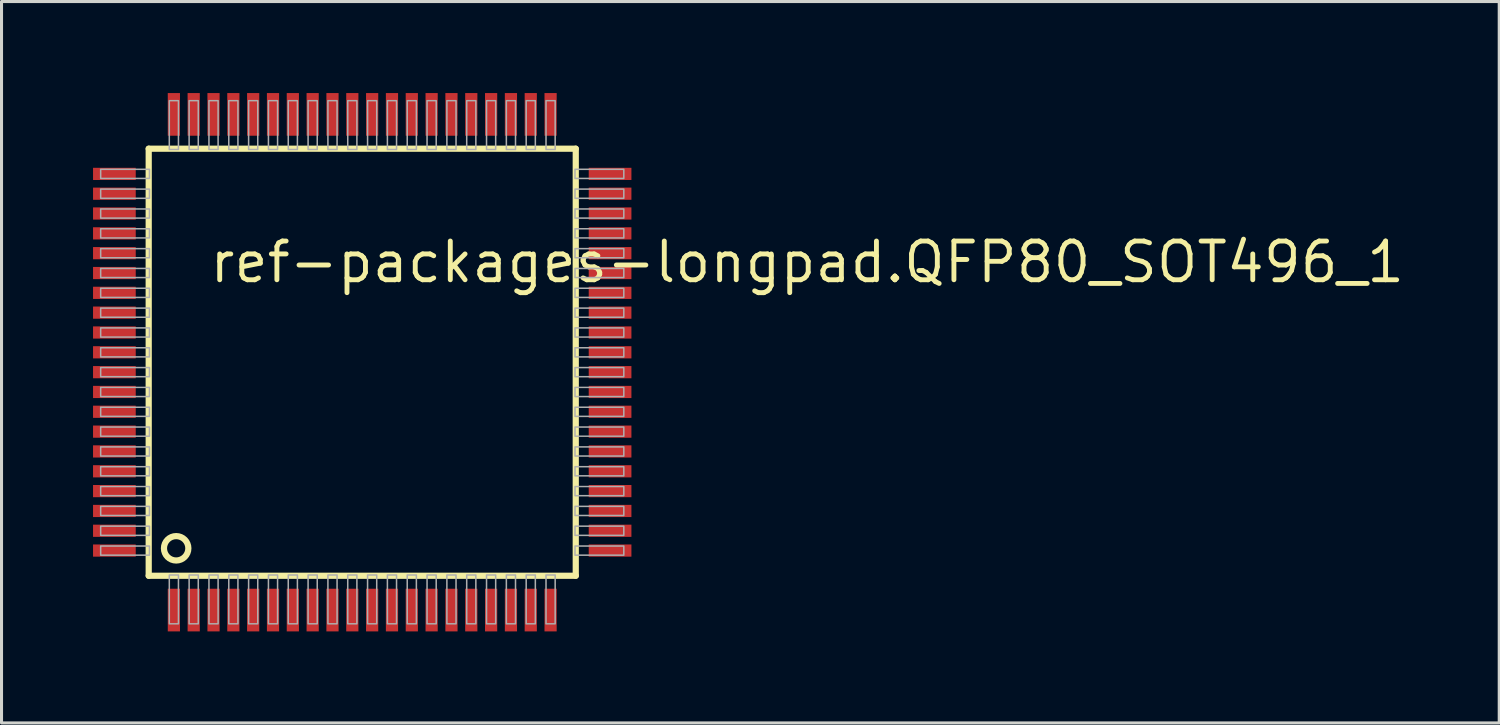
<source format=kicad_pcb>
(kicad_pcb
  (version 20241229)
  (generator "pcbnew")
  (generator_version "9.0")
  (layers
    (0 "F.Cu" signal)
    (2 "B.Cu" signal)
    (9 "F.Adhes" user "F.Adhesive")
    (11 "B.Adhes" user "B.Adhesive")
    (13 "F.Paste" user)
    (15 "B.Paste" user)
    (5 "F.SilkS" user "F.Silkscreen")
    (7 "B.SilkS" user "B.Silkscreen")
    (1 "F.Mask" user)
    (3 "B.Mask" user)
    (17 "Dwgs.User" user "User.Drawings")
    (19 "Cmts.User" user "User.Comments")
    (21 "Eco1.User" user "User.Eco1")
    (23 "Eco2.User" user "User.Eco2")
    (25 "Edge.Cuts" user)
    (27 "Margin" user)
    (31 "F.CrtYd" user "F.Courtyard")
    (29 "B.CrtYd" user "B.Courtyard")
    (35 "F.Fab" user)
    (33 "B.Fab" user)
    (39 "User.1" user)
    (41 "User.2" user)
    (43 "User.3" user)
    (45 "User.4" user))
  (footprint "ref-packages-longpad.QFP80_SOT496_1"
    (layer "F.Cu")
    (at 8.825 8.825)
    (property "Reference" "ref-packages-longpad.QFP80_SOT496_1" (at -5.08 -2.54 0) (layer "F.SilkS") (effects (font (size 1.27 1.27) (thickness 0.16)) (justify left bottom)))
    (attr smd)
    (fp_line (start -7 -7) (end 7 -7) (stroke (width 0.203) (type default)) (layer "F.SilkS"))
    (fp_line (start -7 7) (end -7 -7) (stroke (width 0.203) (type default)) (layer "F.SilkS"))
    (fp_line (start 7 -7) (end 7 7) (stroke (width 0.203) (type default)) (layer "F.SilkS"))
    (fp_line (start 7 7) (end -7 7) (stroke (width 0.203) (type default)) (layer "F.SilkS"))
    (fp_circle (center -6.1 6.1) (end -5.7 6.1) (stroke (width 0.203) (type default)) (fill no) (layer "F.SilkS"))
    (fp_rect (start -8.575 -6.025) (end -6.975 -6.325) (stroke (width 0.05) (type default)) (fill no) (layer "F.Fab"))
    (fp_rect (start -8.575 -5.375) (end -6.975 -5.675) (stroke (width 0.05) (type default)) (fill no) (layer "F.Fab"))
    (fp_rect (start -8.575 -4.725) (end -6.975 -5.025) (stroke (width 0.05) (type default)) (fill no) (layer "F.Fab"))
    (fp_rect (start -8.575 -4.075) (end -6.975 -4.375) (stroke (width 0.05) (type default)) (fill no) (layer "F.Fab"))
    (fp_rect (start -8.575 -3.425) (end -6.975 -3.725) (stroke (width 0.05) (type default)) (fill no) (layer "F.Fab"))
    (fp_rect (start -8.575 -2.775) (end -6.975 -3.075) (stroke (width 0.05) (type default)) (fill no) (layer "F.Fab"))
    (fp_rect (start -8.575 -2.125) (end -6.975 -2.425) (stroke (width 0.05) (type default)) (fill no) (layer "F.Fab"))
    (fp_rect (start -8.575 -1.475) (end -6.975 -1.775) (stroke (width 0.05) (type default)) (fill no) (layer "F.Fab"))
    (fp_rect (start -8.575 -0.825) (end -6.975 -1.125) (stroke (width 0.05) (type default)) (fill no) (layer "F.Fab"))
    (fp_rect (start -8.575 -0.175) (end -6.975 -0.475) (stroke (width 0.05) (type default)) (fill no) (layer "F.Fab"))
    (fp_rect (start -8.575 0.475) (end -6.975 0.175) (stroke (width 0.05) (type default)) (fill no) (layer "F.Fab"))
    (fp_rect (start -8.575 1.125) (end -6.975 0.825) (stroke (width 0.05) (type default)) (fill no) (layer "F.Fab"))
    (fp_rect (start -8.575 1.775) (end -6.975 1.475) (stroke (width 0.05) (type default)) (fill no) (layer "F.Fab"))
    (fp_rect (start -8.575 2.425) (end -6.975 2.125) (stroke (width 0.05) (type default)) (fill no) (layer "F.Fab"))
    (fp_rect (start -8.575 3.075) (end -6.975 2.775) (stroke (width 0.05) (type default)) (fill no) (layer "F.Fab"))
    (fp_rect (start -8.575 3.725) (end -6.975 3.425) (stroke (width 0.05) (type default)) (fill no) (layer "F.Fab"))
    (fp_rect (start -8.575 4.375) (end -6.975 4.075) (stroke (width 0.05) (type default)) (fill no) (layer "F.Fab"))
    (fp_rect (start -8.575 5.025) (end -6.975 4.725) (stroke (width 0.05) (type default)) (fill no) (layer "F.Fab"))
    (fp_rect (start -8.575 5.675) (end -6.975 5.375) (stroke (width 0.05) (type default)) (fill no) (layer "F.Fab"))
    (fp_rect (start -8.575 6.325) (end -6.975 6.025) (stroke (width 0.05) (type default)) (fill no) (layer "F.Fab"))
    (fp_rect (start -6.325 -6.975) (end -6.025 -8.575) (stroke (width 0.05) (type default)) (fill no) (layer "F.Fab"))
    (fp_rect (start -6.325 8.575) (end -6.025 6.975) (stroke (width 0.05) (type default)) (fill no) (layer "F.Fab"))
    (fp_rect (start -5.675 -6.975) (end -5.375 -8.575) (stroke (width 0.05) (type default)) (fill no) (layer "F.Fab"))
    (fp_rect (start -5.675 8.575) (end -5.375 6.975) (stroke (width 0.05) (type default)) (fill no) (layer "F.Fab"))
    (fp_rect (start -5.025 -6.975) (end -4.725 -8.575) (stroke (width 0.05) (type default)) (fill no) (layer "F.Fab"))
    (fp_rect (start -5.025 8.575) (end -4.725 6.975) (stroke (width 0.05) (type default)) (fill no) (layer "F.Fab"))
    (fp_rect (start -4.375 -6.975) (end -4.075 -8.575) (stroke (width 0.05) (type default)) (fill no) (layer "F.Fab"))
    (fp_rect (start -4.375 8.575) (end -4.075 6.975) (stroke (width 0.05) (type default)) (fill no) (layer "F.Fab"))
    (fp_rect (start -3.725 -6.975) (end -3.425 -8.575) (stroke (width 0.05) (type default)) (fill no) (layer "F.Fab"))
    (fp_rect (start -3.725 8.575) (end -3.425 6.975) (stroke (width 0.05) (type default)) (fill no) (layer "F.Fab"))
    (fp_rect (start -3.075 -6.975) (end -2.775 -8.575) (stroke (width 0.05) (type default)) (fill no) (layer "F.Fab"))
    (fp_rect (start -3.075 8.575) (end -2.775 6.975) (stroke (width 0.05) (type default)) (fill no) (layer "F.Fab"))
    (fp_rect (start -2.425 -6.975) (end -2.125 -8.575) (stroke (width 0.05) (type default)) (fill no) (layer "F.Fab"))
    (fp_rect (start -2.425 8.575) (end -2.125 6.975) (stroke (width 0.05) (type default)) (fill no) (layer "F.Fab"))
    (fp_rect (start -1.775 -6.975) (end -1.475 -8.575) (stroke (width 0.05) (type default)) (fill no) (layer "F.Fab"))
    (fp_rect (start -1.775 8.575) (end -1.475 6.975) (stroke (width 0.05) (type default)) (fill no) (layer "F.Fab"))
    (fp_rect (start -1.125 -6.975) (end -0.825 -8.575) (stroke (width 0.05) (type default)) (fill no) (layer "F.Fab"))
    (fp_rect (start -1.125 8.575) (end -0.825 6.975) (stroke (width 0.05) (type default)) (fill no) (layer "F.Fab"))
    (fp_rect (start -0.475 -6.975) (end -0.175 -8.575) (stroke (width 0.05) (type default)) (fill no) (layer "F.Fab"))
    (fp_rect (start -0.475 8.575) (end -0.175 6.975) (stroke (width 0.05) (type default)) (fill no) (layer "F.Fab"))
    (fp_rect (start 0.175 -6.975) (end 0.475 -8.575) (stroke (width 0.05) (type default)) (fill no) (layer "F.Fab"))
    (fp_rect (start 0.175 8.575) (end 0.475 6.975) (stroke (width 0.05) (type default)) (fill no) (layer "F.Fab"))
    (fp_rect (start 0.825 -6.975) (end 1.125 -8.575) (stroke (width 0.05) (type default)) (fill no) (layer "F.Fab"))
    (fp_rect (start 0.825 8.575) (end 1.125 6.975) (stroke (width 0.05) (type default)) (fill no) (layer "F.Fab"))
    (fp_rect (start 1.475 -6.975) (end 1.775 -8.575) (stroke (width 0.05) (type default)) (fill no) (layer "F.Fab"))
    (fp_rect (start 1.475 8.575) (end 1.775 6.975) (stroke (width 0.05) (type default)) (fill no) (layer "F.Fab"))
    (fp_rect (start 2.125 -6.975) (end 2.425 -8.575) (stroke (width 0.05) (type default)) (fill no) (layer "F.Fab"))
    (fp_rect (start 2.125 8.575) (end 2.425 6.975) (stroke (width 0.05) (type default)) (fill no) (layer "F.Fab"))
    (fp_rect (start 2.775 -6.975) (end 3.075 -8.575) (stroke (width 0.05) (type default)) (fill no) (layer "F.Fab"))
    (fp_rect (start 2.775 8.575) (end 3.075 6.975) (stroke (width 0.05) (type default)) (fill no) (layer "F.Fab"))
    (fp_rect (start 3.425 -6.975) (end 3.725 -8.575) (stroke (width 0.05) (type default)) (fill no) (layer "F.Fab"))
    (fp_rect (start 3.425 8.575) (end 3.725 6.975) (stroke (width 0.05) (type default)) (fill no) (layer "F.Fab"))
    (fp_rect (start 4.075 -6.975) (end 4.375 -8.575) (stroke (width 0.05) (type default)) (fill no) (layer "F.Fab"))
    (fp_rect (start 4.075 8.575) (end 4.375 6.975) (stroke (width 0.05) (type default)) (fill no) (layer "F.Fab"))
    (fp_rect (start 4.725 -6.975) (end 5.025 -8.575) (stroke (width 0.05) (type default)) (fill no) (layer "F.Fab"))
    (fp_rect (start 4.725 8.575) (end 5.025 6.975) (stroke (width 0.05) (type default)) (fill no) (layer "F.Fab"))
    (fp_rect (start 5.375 -6.975) (end 5.675 -8.575) (stroke (width 0.05) (type default)) (fill no) (layer "F.Fab"))
    (fp_rect (start 5.375 8.575) (end 5.675 6.975) (stroke (width 0.05) (type default)) (fill no) (layer "F.Fab"))
    (fp_rect (start 6.025 -6.975) (end 6.325 -8.575) (stroke (width 0.05) (type default)) (fill no) (layer "F.Fab"))
    (fp_rect (start 6.025 8.575) (end 6.325 6.975) (stroke (width 0.05) (type default)) (fill no) (layer "F.Fab"))
    (fp_rect (start 6.975 -6.025) (end 8.575 -6.325) (stroke (width 0.05) (type default)) (fill no) (layer "F.Fab"))
    (fp_rect (start 6.975 -5.375) (end 8.575 -5.675) (stroke (width 0.05) (type default)) (fill no) (layer "F.Fab"))
    (fp_rect (start 6.975 -4.725) (end 8.575 -5.025) (stroke (width 0.05) (type default)) (fill no) (layer "F.Fab"))
    (fp_rect (start 6.975 -4.075) (end 8.575 -4.375) (stroke (width 0.05) (type default)) (fill no) (layer "F.Fab"))
    (fp_rect (start 6.975 -3.425) (end 8.575 -3.725) (stroke (width 0.05) (type default)) (fill no) (layer "F.Fab"))
    (fp_rect (start 6.975 -2.775) (end 8.575 -3.075) (stroke (width 0.05) (type default)) (fill no) (layer "F.Fab"))
    (fp_rect (start 6.975 -2.125) (end 8.575 -2.425) (stroke (width 0.05) (type default)) (fill no) (layer "F.Fab"))
    (fp_rect (start 6.975 -1.475) (end 8.575 -1.775) (stroke (width 0.05) (type default)) (fill no) (layer "F.Fab"))
    (fp_rect (start 6.975 -0.825) (end 8.575 -1.125) (stroke (width 0.05) (type default)) (fill no) (layer "F.Fab"))
    (fp_rect (start 6.975 -0.175) (end 8.575 -0.475) (stroke (width 0.05) (type default)) (fill no) (layer "F.Fab"))
    (fp_rect (start 6.975 0.475) (end 8.575 0.175) (stroke (width 0.05) (type default)) (fill no) (layer "F.Fab"))
    (fp_rect (start 6.975 1.125) (end 8.575 0.825) (stroke (width 0.05) (type default)) (fill no) (layer "F.Fab"))
    (fp_rect (start 6.975 1.775) (end 8.575 1.475) (stroke (width 0.05) (type default)) (fill no) (layer "F.Fab"))
    (fp_rect (start 6.975 2.425) (end 8.575 2.125) (stroke (width 0.05) (type default)) (fill no) (layer "F.Fab"))
    (fp_rect (start 6.975 3.075) (end 8.575 2.775) (stroke (width 0.05) (type default)) (fill no) (layer "F.Fab"))
    (fp_rect (start 6.975 3.725) (end 8.575 3.425) (stroke (width 0.05) (type default)) (fill no) (layer "F.Fab"))
    (fp_rect (start 6.975 4.375) (end 8.575 4.075) (stroke (width 0.05) (type default)) (fill no) (layer "F.Fab"))
    (fp_rect (start 6.975 5.025) (end 8.575 4.725) (stroke (width 0.05) (type default)) (fill no) (layer "F.Fab"))
    (fp_rect (start 6.975 5.675) (end 8.575 5.375) (stroke (width 0.05) (type default)) (fill no) (layer "F.Fab"))
    (fp_rect (start 6.975 6.325) (end 8.575 6.025) (stroke (width 0.05) (type default)) (fill no) (layer "F.Fab"))
    (pad "1" smd roundrect (at -6.175 8.125) (size 0.4 1.4) (layers "F.Cu" "F.Mask" "F.Paste") (roundrect_rratio 0.01))
    (pad "2" smd roundrect (at -5.525 8.125) (size 0.4 1.4) (layers "F.Cu" "F.Mask" "F.Paste") (roundrect_rratio 0.01))
    (pad "3" smd roundrect (at -4.875 8.125) (size 0.4 1.4) (layers "F.Cu" "F.Mask" "F.Paste") (roundrect_rratio 0.01))
    (pad "4" smd roundrect (at -4.225 8.125) (size 0.4 1.4) (layers "F.Cu" "F.Mask" "F.Paste") (roundrect_rratio 0.01))
    (pad "5" smd roundrect (at -3.575 8.125) (size 0.4 1.4) (layers "F.Cu" "F.Mask" "F.Paste") (roundrect_rratio 0.01))
    (pad "6" smd roundrect (at -2.925 8.125) (size 0.4 1.4) (layers "F.Cu" "F.Mask" "F.Paste") (roundrect_rratio 0.01))
    (pad "7" smd roundrect (at -2.275 8.125) (size 0.4 1.4) (layers "F.Cu" "F.Mask" "F.Paste") (roundrect_rratio 0.01))
    (pad "8" smd roundrect (at -1.625 8.125) (size 0.4 1.4) (layers "F.Cu" "F.Mask" "F.Paste") (roundrect_rratio 0.01))
    (pad "9" smd roundrect (at -0.975 8.125) (size 0.4 1.4) (layers "F.Cu" "F.Mask" "F.Paste") (roundrect_rratio 0.01))
    (pad "10" smd roundrect (at -0.325 8.125) (size 0.4 1.4) (layers "F.Cu" "F.Mask" "F.Paste") (roundrect_rratio 0.01))
    (pad "11" smd roundrect (at 0.325 8.125) (size 0.4 1.4) (layers "F.Cu" "F.Mask" "F.Paste") (roundrect_rratio 0.01))
    (pad "12" smd roundrect (at 0.975 8.125) (size 0.4 1.4) (layers "F.Cu" "F.Mask" "F.Paste") (roundrect_rratio 0.01))
    (pad "13" smd roundrect (at 1.625 8.125) (size 0.4 1.4) (layers "F.Cu" "F.Mask" "F.Paste") (roundrect_rratio 0.01))
    (pad "14" smd roundrect (at 2.275 8.125) (size 0.4 1.4) (layers "F.Cu" "F.Mask" "F.Paste") (roundrect_rratio 0.01))
    (pad "15" smd roundrect (at 2.925 8.125) (size 0.4 1.4) (layers "F.Cu" "F.Mask" "F.Paste") (roundrect_rratio 0.01))
    (pad "16" smd roundrect (at 3.575 8.125) (size 0.4 1.4) (layers "F.Cu" "F.Mask" "F.Paste") (roundrect_rratio 0.01))
    (pad "17" smd roundrect (at 4.225 8.125) (size 0.4 1.4) (layers "F.Cu" "F.Mask" "F.Paste") (roundrect_rratio 0.01))
    (pad "18" smd roundrect (at 4.875 8.125) (size 0.4 1.4) (layers "F.Cu" "F.Mask" "F.Paste") (roundrect_rratio 0.01))
    (pad "19" smd roundrect (at 5.525 8.125) (size 0.4 1.4) (layers "F.Cu" "F.Mask" "F.Paste") (roundrect_rratio 0.01))
    (pad "20" smd roundrect (at 6.175 8.125) (size 0.4 1.4) (layers "F.Cu" "F.Mask" "F.Paste") (roundrect_rratio 0.01))
    (pad "21" smd roundrect (at 8.125 6.175) (size 1.4 0.4) (layers "F.Cu" "F.Mask" "F.Paste") (roundrect_rratio 0.01))
    (pad "22" smd roundrect (at 8.125 5.525) (size 1.4 0.4) (layers "F.Cu" "F.Mask" "F.Paste") (roundrect_rratio 0.01))
    (pad "23" smd roundrect (at 8.125 4.875) (size 1.4 0.4) (layers "F.Cu" "F.Mask" "F.Paste") (roundrect_rratio 0.01))
    (pad "24" smd roundrect (at 8.125 4.225) (size 1.4 0.4) (layers "F.Cu" "F.Mask" "F.Paste") (roundrect_rratio 0.01))
    (pad "25" smd roundrect (at 8.125 3.575) (size 1.4 0.4) (layers "F.Cu" "F.Mask" "F.Paste") (roundrect_rratio 0.01))
    (pad "26" smd roundrect (at 8.125 2.925) (size 1.4 0.4) (layers "F.Cu" "F.Mask" "F.Paste") (roundrect_rratio 0.01))
    (pad "27" smd roundrect (at 8.125 2.275) (size 1.4 0.4) (layers "F.Cu" "F.Mask" "F.Paste") (roundrect_rratio 0.01))
    (pad "28" smd roundrect (at 8.125 1.625) (size 1.4 0.4) (layers "F.Cu" "F.Mask" "F.Paste") (roundrect_rratio 0.01))
    (pad "29" smd roundrect (at 8.125 0.975) (size 1.4 0.4) (layers "F.Cu" "F.Mask" "F.Paste") (roundrect_rratio 0.01))
    (pad "30" smd roundrect (at 8.125 0.325) (size 1.4 0.4) (layers "F.Cu" "F.Mask" "F.Paste") (roundrect_rratio 0.01))
    (pad "31" smd roundrect (at 8.125 -0.325) (size 1.4 0.4) (layers "F.Cu" "F.Mask" "F.Paste") (roundrect_rratio 0.01))
    (pad "32" smd roundrect (at 8.125 -0.975) (size 1.4 0.4) (layers "F.Cu" "F.Mask" "F.Paste") (roundrect_rratio 0.01))
    (pad "33" smd roundrect (at 8.125 -1.625) (size 1.4 0.4) (layers "F.Cu" "F.Mask" "F.Paste") (roundrect_rratio 0.01))
    (pad "34" smd roundrect (at 8.125 -2.275) (size 1.4 0.4) (layers "F.Cu" "F.Mask" "F.Paste") (roundrect_rratio 0.01))
    (pad "35" smd roundrect (at 8.125 -2.925) (size 1.4 0.4) (layers "F.Cu" "F.Mask" "F.Paste") (roundrect_rratio 0.01))
    (pad "36" smd roundrect (at 8.125 -3.575) (size 1.4 0.4) (layers "F.Cu" "F.Mask" "F.Paste") (roundrect_rratio 0.01))
    (pad "37" smd roundrect (at 8.125 -4.225) (size 1.4 0.4) (layers "F.Cu" "F.Mask" "F.Paste") (roundrect_rratio 0.01))
    (pad "38" smd roundrect (at 8.125 -4.875) (size 1.4 0.4) (layers "F.Cu" "F.Mask" "F.Paste") (roundrect_rratio 0.01))
    (pad "39" smd roundrect (at 8.125 -5.525) (size 1.4 0.4) (layers "F.Cu" "F.Mask" "F.Paste") (roundrect_rratio 0.01))
    (pad "40" smd roundrect (at 8.125 -6.175) (size 1.4 0.4) (layers "F.Cu" "F.Mask" "F.Paste") (roundrect_rratio 0.01))
    (pad "41" smd roundrect (at 6.175 -8.125) (size 0.4 1.4) (layers "F.Cu" "F.Mask" "F.Paste") (roundrect_rratio 0.01))
    (pad "42" smd roundrect (at 5.525 -8.125) (size 0.4 1.4) (layers "F.Cu" "F.Mask" "F.Paste") (roundrect_rratio 0.01))
    (pad "43" smd roundrect (at 4.875 -8.125) (size 0.4 1.4) (layers "F.Cu" "F.Mask" "F.Paste") (roundrect_rratio 0.01))
    (pad "44" smd roundrect (at 4.225 -8.125) (size 0.4 1.4) (layers "F.Cu" "F.Mask" "F.Paste") (roundrect_rratio 0.01))
    (pad "45" smd roundrect (at 3.575 -8.125) (size 0.4 1.4) (layers "F.Cu" "F.Mask" "F.Paste") (roundrect_rratio 0.01))
    (pad "46" smd roundrect (at 2.925 -8.125) (size 0.4 1.4) (layers "F.Cu" "F.Mask" "F.Paste") (roundrect_rratio 0.01))
    (pad "47" smd roundrect (at 2.275 -8.125) (size 0.4 1.4) (layers "F.Cu" "F.Mask" "F.Paste") (roundrect_rratio 0.01))
    (pad "48" smd roundrect (at 1.625 -8.125) (size 0.4 1.4) (layers "F.Cu" "F.Mask" "F.Paste") (roundrect_rratio 0.01))
    (pad "49" smd roundrect (at 0.975 -8.125) (size 0.4 1.4) (layers "F.Cu" "F.Mask" "F.Paste") (roundrect_rratio 0.01))
    (pad "50" smd roundrect (at 0.325 -8.125) (size 0.4 1.4) (layers "F.Cu" "F.Mask" "F.Paste") (roundrect_rratio 0.01))
    (pad "51" smd roundrect (at -0.325 -8.125) (size 0.4 1.4) (layers "F.Cu" "F.Mask" "F.Paste") (roundrect_rratio 0.01))
    (pad "52" smd roundrect (at -0.975 -8.125) (size 0.4 1.4) (layers "F.Cu" "F.Mask" "F.Paste") (roundrect_rratio 0.01))
    (pad "53" smd roundrect (at -1.625 -8.125) (size 0.4 1.4) (layers "F.Cu" "F.Mask" "F.Paste") (roundrect_rratio 0.01))
    (pad "54" smd roundrect (at -2.275 -8.125) (size 0.4 1.4) (layers "F.Cu" "F.Mask" "F.Paste") (roundrect_rratio 0.01))
    (pad "55" smd roundrect (at -2.925 -8.125) (size 0.4 1.4) (layers "F.Cu" "F.Mask" "F.Paste") (roundrect_rratio 0.01))
    (pad "56" smd roundrect (at -3.575 -8.125) (size 0.4 1.4) (layers "F.Cu" "F.Mask" "F.Paste") (roundrect_rratio 0.01))
    (pad "57" smd roundrect (at -4.225 -8.125) (size 0.4 1.4) (layers "F.Cu" "F.Mask" "F.Paste") (roundrect_rratio 0.01))
    (pad "58" smd roundrect (at -4.875 -8.125) (size 0.4 1.4) (layers "F.Cu" "F.Mask" "F.Paste") (roundrect_rratio 0.01))
    (pad "59" smd roundrect (at -5.525 -8.125) (size 0.4 1.4) (layers "F.Cu" "F.Mask" "F.Paste") (roundrect_rratio 0.01))
    (pad "60" smd roundrect (at -6.175 -8.125) (size 0.4 1.4) (layers "F.Cu" "F.Mask" "F.Paste") (roundrect_rratio 0.01))
    (pad "61" smd roundrect (at -8.125 -6.175) (size 1.4 0.4) (layers "F.Cu" "F.Mask" "F.Paste") (roundrect_rratio 0.01))
    (pad "62" smd roundrect (at -8.125 -5.525) (size 1.4 0.4) (layers "F.Cu" "F.Mask" "F.Paste") (roundrect_rratio 0.01))
    (pad "63" smd roundrect (at -8.125 -4.875) (size 1.4 0.4) (layers "F.Cu" "F.Mask" "F.Paste") (roundrect_rratio 0.01))
    (pad "64" smd roundrect (at -8.125 -4.225) (size 1.4 0.4) (layers "F.Cu" "F.Mask" "F.Paste") (roundrect_rratio 0.01))
    (pad "65" smd roundrect (at -8.125 -3.575) (size 1.4 0.4) (layers "F.Cu" "F.Mask" "F.Paste") (roundrect_rratio 0.01))
    (pad "66" smd roundrect (at -8.125 -2.925) (size 1.4 0.4) (layers "F.Cu" "F.Mask" "F.Paste") (roundrect_rratio 0.01))
    (pad "67" smd roundrect (at -8.125 -2.275) (size 1.4 0.4) (layers "F.Cu" "F.Mask" "F.Paste") (roundrect_rratio 0.01))
    (pad "68" smd roundrect (at -8.125 -1.625) (size 1.4 0.4) (layers "F.Cu" "F.Mask" "F.Paste") (roundrect_rratio 0.01))
    (pad "69" smd roundrect (at -8.125 -0.975) (size 1.4 0.4) (layers "F.Cu" "F.Mask" "F.Paste") (roundrect_rratio 0.01))
    (pad "70" smd roundrect (at -8.125 -0.325) (size 1.4 0.4) (layers "F.Cu" "F.Mask" "F.Paste") (roundrect_rratio 0.01))
    (pad "71" smd roundrect (at -8.125 0.325) (size 1.4 0.4) (layers "F.Cu" "F.Mask" "F.Paste") (roundrect_rratio 0.01))
    (pad "72" smd roundrect (at -8.125 0.975) (size 1.4 0.4) (layers "F.Cu" "F.Mask" "F.Paste") (roundrect_rratio 0.01))
    (pad "73" smd roundrect (at -8.125 1.625) (size 1.4 0.4) (layers "F.Cu" "F.Mask" "F.Paste") (roundrect_rratio 0.01))
    (pad "74" smd roundrect (at -8.125 2.275) (size 1.4 0.4) (layers "F.Cu" "F.Mask" "F.Paste") (roundrect_rratio 0.01))
    (pad "75" smd roundrect (at -8.125 2.925) (size 1.4 0.4) (layers "F.Cu" "F.Mask" "F.Paste") (roundrect_rratio 0.01))
    (pad "76" smd roundrect (at -8.125 3.575) (size 1.4 0.4) (layers "F.Cu" "F.Mask" "F.Paste") (roundrect_rratio 0.01))
    (pad "77" smd roundrect (at -8.125 4.225) (size 1.4 0.4) (layers "F.Cu" "F.Mask" "F.Paste") (roundrect_rratio 0.01))
    (pad "78" smd roundrect (at -8.125 4.875) (size 1.4 0.4) (layers "F.Cu" "F.Mask" "F.Paste") (roundrect_rratio 0.01))
    (pad "79" smd roundrect (at -8.125 5.525) (size 1.4 0.4) (layers "F.Cu" "F.Mask" "F.Paste") (roundrect_rratio 0.01))
    (pad "80" smd roundrect (at -8.125 6.175) (size 1.4 0.4) (layers "F.Cu" "F.Mask" "F.Paste") (roundrect_rratio 0.01)))
  (gr_rect
    (start -3 -3)
    (end 46.099 20.65)
    (stroke (width 0.1) (type default))
    (fill no)
    (layer "Edge.Cuts")))
</source>
